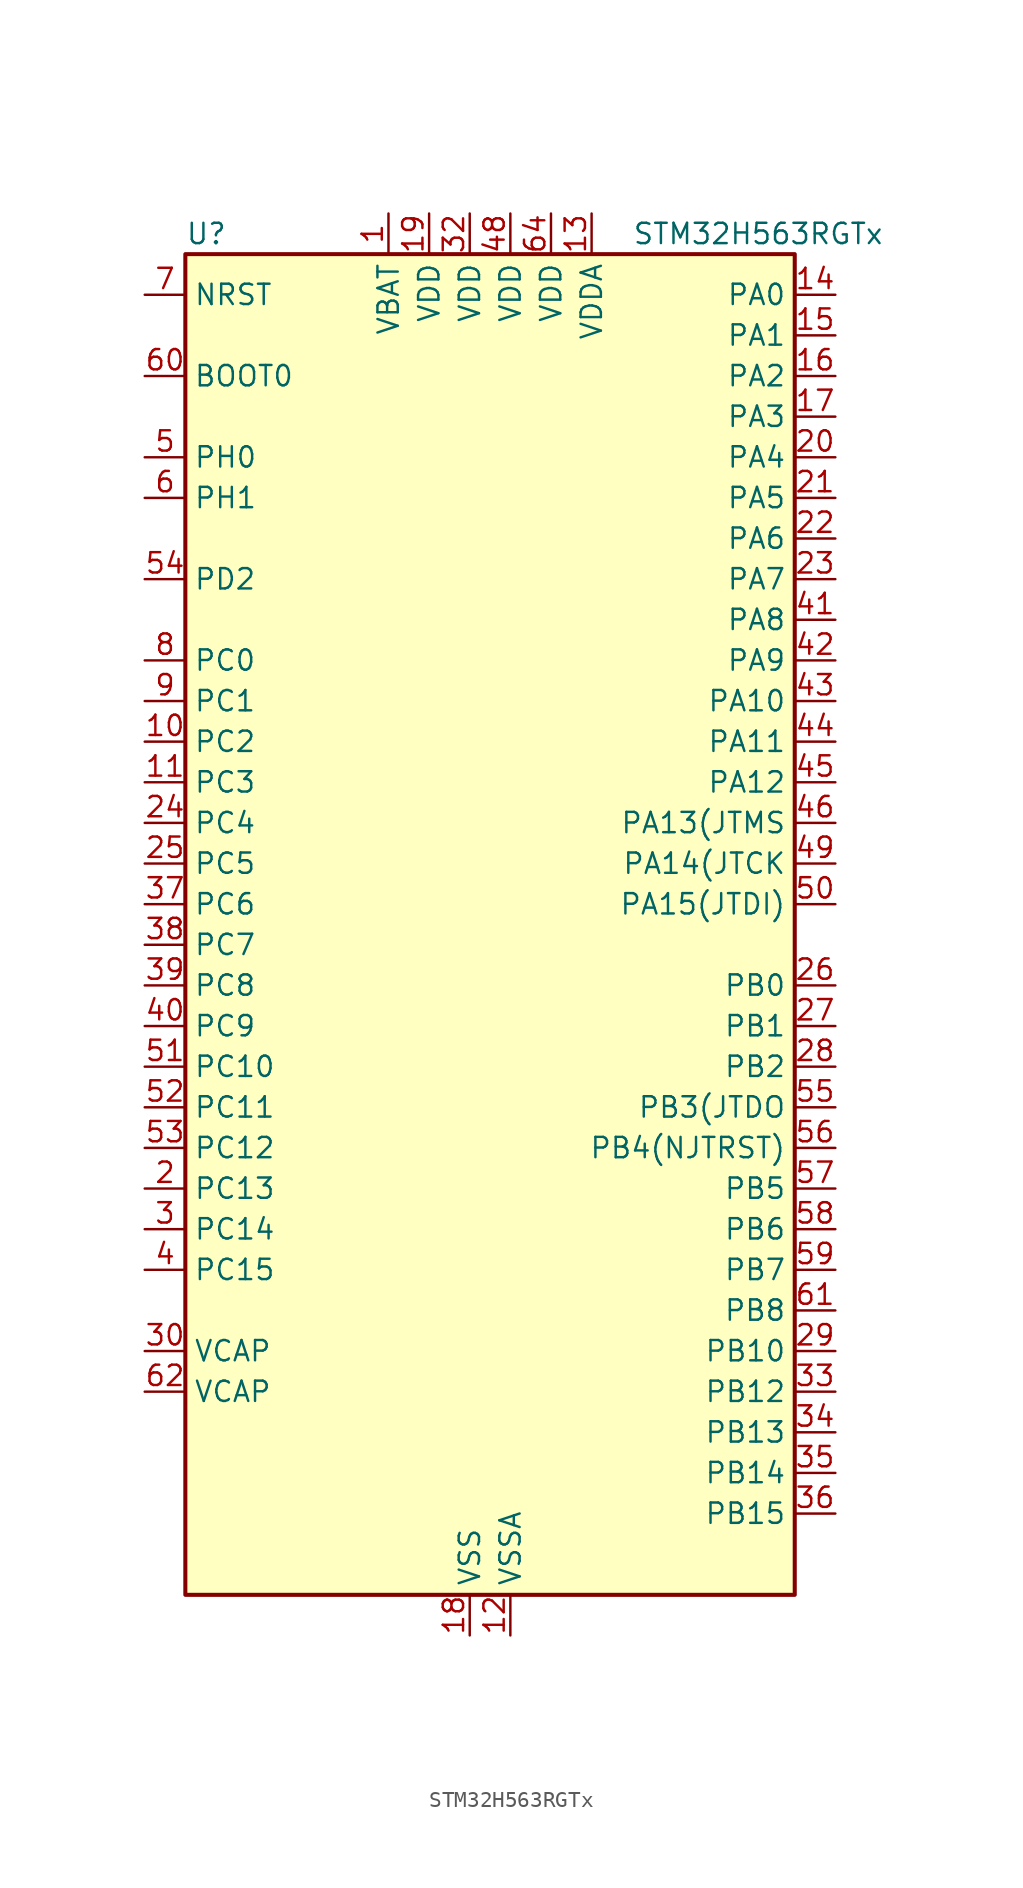
<source format=kicad_sym>
(kicad_symbol_lib
  (version 20231120)
  (generator "kicad-library-utils")
  (generator_version "8.0")
  (symbol "STM32H563RGTx"
    (property "Reference" "U"
      (at -17.78 44.45 0)
      (effects (font (size 1.27 1.27)) (justify left)))
    (property "Value" "STM32H563RGTx"
      (at 10.16 44.45 0)
      (effects (font (size 1.27 1.27)) (justify left)))
    (symbol "STM32H563RGTx_0_1"
      (rectangle (start -17.78 -40.64) (end 20.32 43.18) (stroke (width 0.254) (type default)) (fill (type background))))
    (symbol "STM32H563RGTx_1_1"
      (pin power_in line (at -5.08 45.72 270) (length 2.54) (name "VBAT" (effects (font (size 1.27 1.27)))) (number "1" (effects (font (size 1.27 1.27)))))
      (pin bidirectional line (at -20.32 12.7 0) (length 2.54) (name "PC2" (effects (font (size 1.27 1.27)))) (number "10" (effects (font (size 1.27 1.27)))) (alternate "ADC1_INN11" bidirectional line) (alternate "ADC1_INP12" bidirectional line) (alternate "ADC2_INN11" bidirectional line) (alternate "ADC2_INP12" bidirectional line) (alternate "ETH_TXD2" bidirectional line) (alternate "I2S2_SDI" bidirectional line) (alternate "OCTOSPI1_IO2" bidirectional line) (alternate "OCTOSPI1_IO5" bidirectional line) (alternate "PWR_CSLEEP" bidirectional line) (alternate "SPI2_MISO" bidirectional line) (alternate "TIM17_CH1" bidirectional line) (alternate "TIM4_CH4" bidirectional line))
      (pin bidirectional line (at -20.32 10.16 0) (length 2.54) (name "PC3" (effects (font (size 1.27 1.27)))) (number "11" (effects (font (size 1.27 1.27)))) (alternate "ADC1_INN12" bidirectional line) (alternate "ADC1_INP13" bidirectional line) (alternate "ADC2_INN12" bidirectional line) (alternate "ADC2_INP13" bidirectional line) (alternate "ETH_TX_CLK" bidirectional line) (alternate "I2S2_SDO" bidirectional line) (alternate "LPTIM3_CH1" bidirectional line) (alternate "OCTOSPI1_IO0" bidirectional line) (alternate "OCTOSPI1_IO6" bidirectional line) (alternate "PWR_CSTOP" bidirectional line) (alternate "SAI1_D3" bidirectional line) (alternate "SPI2_MOSI" bidirectional line))
      (pin power_in line (at 2.54 -43.18 90) (length 2.54) (name "VSSA" (effects (font (size 1.27 1.27)))) (number "12" (effects (font (size 1.27 1.27)))))
      (pin power_in line (at 7.62 45.72 270) (length 2.54) (name "VDDA" (effects (font (size 1.27 1.27)))) (number "13" (effects (font (size 1.27 1.27)))))
      (pin bidirectional line (at 22.86 40.64 180) (length 2.54) (name "PA0" (effects (font (size 1.27 1.27)))) (number "14" (effects (font (size 1.27 1.27)))) (alternate "ADC1_INN1" bidirectional line) (alternate "ADC1_INP0" bidirectional line) (alternate "ADC2_INN1" bidirectional line) (alternate "ADC2_INP0" bidirectional line) (alternate "ETH_CRS" bidirectional line) (alternate "PWR_WKUP1" bidirectional line) (alternate "SAI2_SD_B" bidirectional line) (alternate "SPI3_RDY" bidirectional line) (alternate "SPI6_NSS" bidirectional line) (alternate "TAMP_IN2" bidirectional line) (alternate "TAMP_OUT1" bidirectional line) (alternate "TIM15_BKIN" bidirectional line) (alternate "TIM2_CH1" bidirectional line) (alternate "TIM2_ETR" bidirectional line) (alternate "TIM5_CH1" bidirectional line) (alternate "TIM8_ETR" bidirectional line) (alternate "UART4_TX" bidirectional line) (alternate "USART2_CTS" bidirectional line) (alternate "USART2_NSS" bidirectional line))
      (pin bidirectional line (at 22.86 38.1 180) (length 2.54) (name "PA1" (effects (font (size 1.27 1.27)))) (number "15" (effects (font (size 1.27 1.27)))) (alternate "ADC1_INP1" bidirectional line) (alternate "ADC2_INP1" bidirectional line) (alternate "ETH_REF_CLK" bidirectional line) (alternate "ETH_RX_CLK" bidirectional line) (alternate "LPTIM1_IN1" bidirectional line) (alternate "OCTOSPI1_DQS" bidirectional line) (alternate "OCTOSPI1_IO3" bidirectional line) (alternate "SAI2_MCLK_B" bidirectional line) (alternate "TAMP_IN5" bidirectional line) (alternate "TAMP_OUT4" bidirectional line) (alternate "TIM15_CH1N" bidirectional line) (alternate "TIM2_CH2" bidirectional line) (alternate "TIM5_CH2" bidirectional line) (alternate "UART4_RX" bidirectional line) (alternate "USART2_RTS" bidirectional line))
      (pin bidirectional line (at 22.86 35.56 180) (length 2.54) (name "PA2" (effects (font (size 1.27 1.27)))) (number "16" (effects (font (size 1.27 1.27)))) (alternate "ADC1_INP14" bidirectional line) (alternate "ADC2_INP14" bidirectional line) (alternate "ETH_MDIO" bidirectional line) (alternate "LPTIM1_IN2" bidirectional line) (alternate "PWR_WKUP2" bidirectional line) (alternate "SAI2_SCK_B" bidirectional line) (alternate "TAMP_IN4" bidirectional line) (alternate "TAMP_OUT3" bidirectional line) (alternate "TIM15_CH1" bidirectional line) (alternate "TIM2_CH3" bidirectional line) (alternate "TIM5_CH3" bidirectional line) (alternate "USART2_TX" bidirectional line))
      (pin bidirectional line (at 22.86 33.02 180) (length 2.54) (name "PA3" (effects (font (size 1.27 1.27)))) (number "17" (effects (font (size 1.27 1.27)))) (alternate "ADC1_INP15" bidirectional line) (alternate "ADC2_INP15" bidirectional line) (alternate "ETH_COL" bidirectional line) (alternate "I2S2_WS" bidirectional line) (alternate "OCTOSPI1_CLK" bidirectional line) (alternate "SAI1_SD_B" bidirectional line) (alternate "SPI2_NSS" bidirectional line) (alternate "TIM15_CH2" bidirectional line) (alternate "TIM2_CH4" bidirectional line) (alternate "TIM5_CH4" bidirectional line) (alternate "USART2_RX" bidirectional line))
      (pin power_in line (at 0 -43.18 90) (length 2.54) (name "VSS" (effects (font (size 1.27 1.27)))) (number "18" (effects (font (size 1.27 1.27)))))
      (pin power_in line (at -2.54 45.72 270) (length 2.54) (name "VDD" (effects (font (size 1.27 1.27)))) (number "19" (effects (font (size 1.27 1.27)))))
      (pin bidirectional line (at -20.32 -15.24 0) (length 2.54) (name "PC13" (effects (font (size 1.27 1.27)))) (number "2" (effects (font (size 1.27 1.27)))) (alternate "PWR_WKUP4" bidirectional line) (alternate "RTC_OUT1" bidirectional line) (alternate "RTC_TS" bidirectional line) (alternate "TAMP_IN1" bidirectional line) (alternate "TAMP_OUT2" bidirectional line) (alternate "TAMP_OUT3" bidirectional line))
      (pin bidirectional line (at 22.86 30.48 180) (length 2.54) (name "PA4" (effects (font (size 1.27 1.27)))) (number "20" (effects (font (size 1.27 1.27)))) (alternate "ADC1_INP18" bidirectional line) (alternate "ADC2_INP18" bidirectional line) (alternate "DAC1_OUT1" bidirectional line) (alternate "DCMI_HSYNC" bidirectional line) (alternate "I2S1_WS" bidirectional line) (alternate "I2S3_WS" bidirectional line) (alternate "LPTIM2_CH1" bidirectional line) (alternate "PSSI_DE" bidirectional line) (alternate "SPI1_NSS" bidirectional line) (alternate "SPI3_NSS" bidirectional line) (alternate "SPI6_NSS" bidirectional line) (alternate "TIM5_ETR" bidirectional line) (alternate "USART2_CK" bidirectional line))
      (pin bidirectional line (at 22.86 27.94 180) (length 2.54) (name "PA5" (effects (font (size 1.27 1.27)))) (number "21" (effects (font (size 1.27 1.27)))) (alternate "ADC1_INN18" bidirectional line) (alternate "ADC1_INP19" bidirectional line) (alternate "ADC2_INN18" bidirectional line) (alternate "ADC2_INP19" bidirectional line) (alternate "DAC1_OUT2" bidirectional line) (alternate "ETH_TX_EN" bidirectional line) (alternate "I2S1_CK" bidirectional line) (alternate "PSSI_D14" bidirectional line) (alternate "SPI1_SCK" bidirectional line) (alternate "SPI6_SCK" bidirectional line) (alternate "TIM2_CH1" bidirectional line) (alternate "TIM2_ETR" bidirectional line) (alternate "TIM8_CH1N" bidirectional line))
      (pin bidirectional line (at 22.86 25.4 180) (length 2.54) (name "PA6" (effects (font (size 1.27 1.27)))) (number "22" (effects (font (size 1.27 1.27)))) (alternate "ADC1_INP3" bidirectional line) (alternate "ADC2_INP3" bidirectional line) (alternate "DCMI_PIXCLK" bidirectional line) (alternate "I2S1_SDI" bidirectional line) (alternate "OCTOSPI1_IO3" bidirectional line) (alternate "PSSI_PDCK" bidirectional line) (alternate "SPI1_MISO" bidirectional line) (alternate "SPI6_MISO" bidirectional line) (alternate "TIM13_CH1" bidirectional line) (alternate "TIM1_BKIN" bidirectional line) (alternate "TIM3_CH1" bidirectional line) (alternate "TIM8_BKIN" bidirectional line) (alternate "USART11_TX" bidirectional line))
      (pin bidirectional line (at 22.86 22.86 180) (length 2.54) (name "PA7" (effects (font (size 1.27 1.27)))) (number "23" (effects (font (size 1.27 1.27)))) (alternate "ADC1_INN3" bidirectional line) (alternate "ADC1_INP7" bidirectional line) (alternate "ADC2_INN3" bidirectional line) (alternate "ADC2_INP7" bidirectional line) (alternate "ETH_CRS_DV" bidirectional line) (alternate "ETH_RX_DV" bidirectional line) (alternate "I2S1_SDO" bidirectional line) (alternate "OCTOSPI1_IO2" bidirectional line) (alternate "SPI1_MOSI" bidirectional line) (alternate "SPI6_MOSI" bidirectional line) (alternate "TIM14_CH1" bidirectional line) (alternate "TIM1_CH1N" bidirectional line) (alternate "TIM3_CH2" bidirectional line) (alternate "TIM8_CH1N" bidirectional line) (alternate "USART11_RX" bidirectional line))
      (pin bidirectional line (at -20.32 7.62 0) (length 2.54) (name "PC4" (effects (font (size 1.27 1.27)))) (number "24" (effects (font (size 1.27 1.27)))) (alternate "ADC1_INP4" bidirectional line) (alternate "ADC2_INP4" bidirectional line) (alternate "ETH_RXD0" bidirectional line) (alternate "I2S1_MCK" bidirectional line) (alternate "LPTIM2_ETR" bidirectional line) (alternate "SAI1_CK1" bidirectional line) (alternate "TIM2_CH4" bidirectional line) (alternate "USART3_RX" bidirectional line))
      (pin bidirectional line (at -20.32 5.08 0) (length 2.54) (name "PC5" (effects (font (size 1.27 1.27)))) (number "25" (effects (font (size 1.27 1.27)))) (alternate "ADC1_INN4" bidirectional line) (alternate "ADC1_INP8" bidirectional line) (alternate "ADC2_INN4" bidirectional line) (alternate "ADC2_INP8" bidirectional line) (alternate "ETH_RXD1" bidirectional line) (alternate "OCTOSPI1_DQS" bidirectional line) (alternate "PSSI_D15" bidirectional line) (alternate "SAI1_D3" bidirectional line) (alternate "SAI1_FS_A" bidirectional line) (alternate "TIM1_CH4N" bidirectional line))
      (pin bidirectional line (at 22.86 -2.54 180) (length 2.54) (name "PB0" (effects (font (size 1.27 1.27)))) (number "26" (effects (font (size 1.27 1.27)))) (alternate "ADC1_INN5" bidirectional line) (alternate "ADC1_INP9" bidirectional line) (alternate "ADC2_INN5" bidirectional line) (alternate "ADC2_INP9" bidirectional line) (alternate "ETH_RXD2" bidirectional line) (alternate "LPTIM3_CH1" bidirectional line) (alternate "OCTOSPI1_IO1" bidirectional line) (alternate "TIM1_CH2N" bidirectional line) (alternate "TIM3_CH3" bidirectional line) (alternate "TIM8_CH2N" bidirectional line) (alternate "UART4_CTS" bidirectional line) (alternate "USART11_CK" bidirectional line))
      (pin bidirectional line (at 22.86 -5.08 180) (length 2.54) (name "PB1" (effects (font (size 1.27 1.27)))) (number "27" (effects (font (size 1.27 1.27)))) (alternate "ADC1_INP5" bidirectional line) (alternate "ADC2_INP5" bidirectional line) (alternate "ETH_RXD3" bidirectional line) (alternate "LPTIM3_CH2" bidirectional line) (alternate "OCTOSPI1_IO0" bidirectional line) (alternate "TIM1_CH3N" bidirectional line) (alternate "TIM3_CH4" bidirectional line) (alternate "TIM8_CH3N" bidirectional line))
      (pin bidirectional line (at 22.86 -7.62 180) (length 2.54) (name "PB2" (effects (font (size 1.27 1.27)))) (number "28" (effects (font (size 1.27 1.27)))) (alternate "I2S3_SDO" bidirectional line) (alternate "LPTIM1_CH1" bidirectional line) (alternate "LPTIM5_ETR" bidirectional line) (alternate "OCTOSPI1_CLK" bidirectional line) (alternate "OCTOSPI1_DQS" bidirectional line) (alternate "RCC_LSCO" bidirectional line) (alternate "RTC_OUT2" bidirectional line) (alternate "SAI1_D1" bidirectional line) (alternate "SAI1_SD_A" bidirectional line) (alternate "SDMMC1_CMD" bidirectional line) (alternate "SPI1_RDY" bidirectional line) (alternate "SPI3_MOSI" bidirectional line) (alternate "TIM8_CH4N" bidirectional line))
      (pin bidirectional line (at 22.86 -25.4 180) (length 2.54) (name "PB10" (effects (font (size 1.27 1.27)))) (number "29" (effects (font (size 1.27 1.27)))) (alternate "ETH_RX_ER" bidirectional line) (alternate "I2C2_SCL" bidirectional line) (alternate "I2S2_CK" bidirectional line) (alternate "LPTIM2_IN1" bidirectional line) (alternate "LPTIM3_CH1" bidirectional line) (alternate "OCTOSPI1_NCS" bidirectional line) (alternate "SPI2_SCK" bidirectional line) (alternate "TIM2_CH3" bidirectional line) (alternate "USART3_TX" bidirectional line))
      (pin bidirectional line (at -20.32 -17.78 0) (length 2.54) (name "PC14" (effects (font (size 1.27 1.27)))) (number "3" (effects (font (size 1.27 1.27)))) (alternate "RCC_OSC32_IN" bidirectional line))
      (pin power_out line (at -20.32 -25.4 0) (length 2.54) (name "VCAP" (effects (font (size 1.27 1.27)))) (number "30" (effects (font (size 1.27 1.27)))))
      (pin passive line (at 0 -43.18 90) (length 2.54) hide (name "VSS" (effects (font (size 1.27 1.27)))) (number "31" (effects (font (size 1.27 1.27)))))
      (pin power_in line (at 0 45.72 270) (length 2.54) (name "VDD" (effects (font (size 1.27 1.27)))) (number "32" (effects (font (size 1.27 1.27)))))
      (pin bidirectional line (at 22.86 -27.94 180) (length 2.54) (name "PB12" (effects (font (size 1.27 1.27)))) (number "33" (effects (font (size 1.27 1.27)))) (alternate "ETH_TXD0" bidirectional line) (alternate "FDCAN2_RX" bidirectional line) (alternate "I2C2_SDA" bidirectional line) (alternate "I2S2_WS" bidirectional line) (alternate "OCTOSPI1_NCLK" bidirectional line) (alternate "SPI2_NSS" bidirectional line) (alternate "TIM1_BKIN" bidirectional line) (alternate "UART5_RX" bidirectional line) (alternate "UCPD1_FRSTX" bidirectional line) (alternate "USART3_CK" bidirectional line))
      (pin bidirectional line (at 22.86 -30.48 180) (length 2.54) (name "PB13" (effects (font (size 1.27 1.27)))) (number "34" (effects (font (size 1.27 1.27)))) (alternate "FDCAN2_TX" bidirectional line) (alternate "I2C2_SMBA" bidirectional line) (alternate "I2S2_CK" bidirectional line) (alternate "LPTIM2_CH1" bidirectional line) (alternate "LPTIM3_IN1" bidirectional line) (alternate "SDMMC1_D0" bidirectional line) (alternate "SPI2_SCK" bidirectional line) (alternate "TIM1_CH1N" bidirectional line) (alternate "UART5_TX" bidirectional line) (alternate "UCPD1_CC1" bidirectional line) (alternate "USART3_CTS" bidirectional line) (alternate "USART3_NSS" bidirectional line))
      (pin bidirectional line (at 22.86 -33.02 180) (length 2.54) (name "PB14" (effects (font (size 1.27 1.27)))) (number "35" (effects (font (size 1.27 1.27)))) (alternate "I2S2_SDI" bidirectional line) (alternate "LPTIM3_ETR" bidirectional line) (alternate "SPI2_MISO" bidirectional line) (alternate "TIM12_CH1" bidirectional line) (alternate "TIM1_CH2N" bidirectional line) (alternate "TIM8_CH2N" bidirectional line) (alternate "UART4_DE" bidirectional line) (alternate "UART4_RTS" bidirectional line) (alternate "UCPD1_CC2" bidirectional line) (alternate "USART1_TX" bidirectional line) (alternate "USART3_RTS" bidirectional line))
      (pin bidirectional line (at 22.86 -35.56 180) (length 2.54) (name "PB15" (effects (font (size 1.27 1.27)))) (number "36" (effects (font (size 1.27 1.27)))) (alternate "ADC1_EXTI15" bidirectional line) (alternate "ADC2_EXTI15" bidirectional line) (alternate "DCMI_D2" bidirectional line) (alternate "ETH_TXD1" bidirectional line) (alternate "I2S2_SDO" bidirectional line) (alternate "OCTOSPI1_CLK" bidirectional line) (alternate "PSSI_D2" bidirectional line) (alternate "PWR_PVD_IN" bidirectional line) (alternate "RTC_REFIN" bidirectional line) (alternate "SPI2_MOSI" bidirectional line) (alternate "TIM12_CH2" bidirectional line) (alternate "TIM1_CH3N" bidirectional line) (alternate "TIM8_CH3N" bidirectional line) (alternate "UART4_CTS" bidirectional line) (alternate "UART5_RX" bidirectional line) (alternate "USART11_CTS" bidirectional line) (alternate "USART11_NSS" bidirectional line) (alternate "USART1_RX" bidirectional line))
      (pin bidirectional line (at -20.32 2.54 0) (length 2.54) (name "PC6" (effects (font (size 1.27 1.27)))) (number "37" (effects (font (size 1.27 1.27)))) (alternate "DCMI_D0" bidirectional line) (alternate "I2S2_MCK" bidirectional line) (alternate "OCTOSPI1_IO5" bidirectional line) (alternate "PSSI_D0" bidirectional line) (alternate "SAI1_SCK_A" bidirectional line) (alternate "SDMMC1_D0DIR" bidirectional line) (alternate "SDMMC1_D6" bidirectional line) (alternate "TIM3_CH1" bidirectional line) (alternate "TIM8_CH1" bidirectional line) (alternate "USART6_TX" bidirectional line))
      (pin bidirectional line (at -20.32 0 0) (length 2.54) (name "PC7" (effects (font (size 1.27 1.27)))) (number "38" (effects (font (size 1.27 1.27)))) (alternate "DCMI_D1" bidirectional line) (alternate "DEBUG_TRGIO" bidirectional line) (alternate "I2S3_MCK" bidirectional line) (alternate "OCTOSPI1_IO6" bidirectional line) (alternate "PSSI_D1" bidirectional line) (alternate "SDMMC1_D123DIR" bidirectional line) (alternate "SDMMC1_D7" bidirectional line) (alternate "TIM3_CH2" bidirectional line) (alternate "TIM8_CH2" bidirectional line) (alternate "USART6_RX" bidirectional line))
      (pin bidirectional line (at -20.32 -2.54 0) (length 2.54) (name "PC8" (effects (font (size 1.27 1.27)))) (number "39" (effects (font (size 1.27 1.27)))) (alternate "DCMI_D2" bidirectional line) (alternate "DEBUG_TRACED1" bidirectional line) (alternate "PSSI_D2" bidirectional line) (alternate "SDMMC1_D0" bidirectional line) (alternate "TIM3_CH3" bidirectional line) (alternate "TIM8_CH3" bidirectional line) (alternate "UART5_DE" bidirectional line) (alternate "UART5_RTS" bidirectional line) (alternate "USART6_CK" bidirectional line))
      (pin bidirectional line (at -20.32 -20.32 0) (length 2.54) (name "PC15" (effects (font (size 1.27 1.27)))) (number "4" (effects (font (size 1.27 1.27)))) (alternate "ADC1_EXTI15" bidirectional line) (alternate "ADC2_EXTI15" bidirectional line) (alternate "RCC_OSC32_OUT" bidirectional line))
      (pin bidirectional line (at -20.32 -5.08 0) (length 2.54) (name "PC9" (effects (font (size 1.27 1.27)))) (number "40" (effects (font (size 1.27 1.27)))) (alternate "AUDIOCLK" bidirectional line) (alternate "DAC1_EXTI9" bidirectional line) (alternate "DCMI_D3" bidirectional line) (alternate "I2C3_SDA" bidirectional line) (alternate "OCTOSPI1_IO0" bidirectional line) (alternate "PSSI_D3" bidirectional line) (alternate "RCC_MCO_2" bidirectional line) (alternate "SDMMC1_D1" bidirectional line) (alternate "TIM3_CH4" bidirectional line) (alternate "TIM8_CH4" bidirectional line) (alternate "UART5_CTS" bidirectional line) (alternate "UCPD1_DB2" bidirectional line))
      (pin bidirectional line (at 22.86 20.32 180) (length 2.54) (name "PA8" (effects (font (size 1.27 1.27)))) (number "41" (effects (font (size 1.27 1.27)))) (alternate "DCMI_D3" bidirectional line) (alternate "I2C3_SCL" bidirectional line) (alternate "PSSI_D3" bidirectional line) (alternate "RCC_MCO_1" bidirectional line) (alternate "SPI1_RDY" bidirectional line) (alternate "TIM1_CH1" bidirectional line) (alternate "TIM8_BKIN2" bidirectional line) (alternate "UART7_RX" bidirectional line) (alternate "USART1_CK" bidirectional line) (alternate "USB_SOF" bidirectional line))
      (pin bidirectional line (at 22.86 17.78 180) (length 2.54) (name "PA9" (effects (font (size 1.27 1.27)))) (number "42" (effects (font (size 1.27 1.27)))) (alternate "DAC1_EXTI9" bidirectional line) (alternate "DCMI_D0" bidirectional line) (alternate "ETH_TX_ER" bidirectional line) (alternate "I2C3_SMBA" bidirectional line) (alternate "I2S2_CK" bidirectional line) (alternate "LPUART1_TX" bidirectional line) (alternate "PSSI_D0" bidirectional line) (alternate "SPI2_SCK" bidirectional line) (alternate "TIM1_CH2" bidirectional line) (alternate "UCPD1_DB1" bidirectional line) (alternate "USART1_TX" bidirectional line))
      (pin bidirectional line (at 22.86 15.24 180) (length 2.54) (name "PA10" (effects (font (size 1.27 1.27)))) (number "43" (effects (font (size 1.27 1.27)))) (alternate "DCMI_D1" bidirectional line) (alternate "FDCAN2_TX" bidirectional line) (alternate "LPTIM2_IN2" bidirectional line) (alternate "LPUART1_RX" bidirectional line) (alternate "PSSI_D1" bidirectional line) (alternate "SDMMC1_D0" bidirectional line) (alternate "TIM1_CH3" bidirectional line) (alternate "UCPD1_FRSTX" bidirectional line) (alternate "USART1_RX" bidirectional line))
      (pin bidirectional line (at 22.86 12.7 180) (length 2.54) (name "PA11" (effects (font (size 1.27 1.27)))) (number "44" (effects (font (size 1.27 1.27)))) (alternate "ADC1_EXTI11" bidirectional line) (alternate "ADC2_EXTI11" bidirectional line) (alternate "FDCAN1_RX" bidirectional line) (alternate "I2S2_WS" bidirectional line) (alternate "LPUART1_CTS" bidirectional line) (alternate "SPI2_NSS" bidirectional line) (alternate "TIM1_CH4" bidirectional line) (alternate "UART4_RX" bidirectional line) (alternate "USART1_CTS" bidirectional line) (alternate "USART1_NSS" bidirectional line) (alternate "USB_DM" bidirectional line))
      (pin bidirectional line (at 22.86 10.16 180) (length 2.54) (name "PA12" (effects (font (size 1.27 1.27)))) (number "45" (effects (font (size 1.27 1.27)))) (alternate "FDCAN1_TX" bidirectional line) (alternate "I2S2_CK" bidirectional line) (alternate "LPUART1_RTS" bidirectional line) (alternate "SAI2_FS_B" bidirectional line) (alternate "SPI2_SCK" bidirectional line) (alternate "TIM1_ETR" bidirectional line) (alternate "UART4_TX" bidirectional line) (alternate "USART1_RTS" bidirectional line) (alternate "USB_DP" bidirectional line))
      (pin bidirectional line (at 22.86 7.62 180) (length 2.54) (name "PA13(JTMS" (effects (font (size 1.27 1.27)))) (number "46" (effects (font (size 1.27 1.27)))) (alternate "DEBUG_JTMS-SWDIO" bidirectional line))
      (pin passive line (at 0 -43.18 90) (length 2.54) hide (name "VSS" (effects (font (size 1.27 1.27)))) (number "47" (effects (font (size 1.27 1.27)))))
      (pin power_in line (at 2.54 45.72 270) (length 2.54) (name "VDD" (effects (font (size 1.27 1.27)))) (number "48" (effects (font (size 1.27 1.27)))))
      (pin bidirectional line (at 22.86 5.08 180) (length 2.54) (name "PA14(JTCK" (effects (font (size 1.27 1.27)))) (number "49" (effects (font (size 1.27 1.27)))) (alternate "DEBUG_JTCK-SWCLK" bidirectional line))
      (pin bidirectional line (at -20.32 30.48 0) (length 2.54) (name "PH0" (effects (font (size 1.27 1.27)))) (number "5" (effects (font (size 1.27 1.27)))) (alternate "RCC_OSC_IN" bidirectional line))
      (pin bidirectional line (at 22.86 2.54 180) (length 2.54) (name "PA15(JTDI)" (effects (font (size 1.27 1.27)))) (number "50" (effects (font (size 1.27 1.27)))) (alternate "ADC1_EXTI15" bidirectional line) (alternate "ADC2_EXTI15" bidirectional line) (alternate "CEC" bidirectional line) (alternate "DCMI_D11" bidirectional line) (alternate "DEBUG_JTDI" bidirectional line) (alternate "I2S1_WS" bidirectional line) (alternate "I2S3_WS" bidirectional line) (alternate "LPTIM3_IN2" bidirectional line) (alternate "PSSI_D11" bidirectional line) (alternate "SPI1_NSS" bidirectional line) (alternate "SPI3_NSS" bidirectional line) (alternate "SPI6_NSS" bidirectional line) (alternate "TIM2_CH1" bidirectional line) (alternate "TIM2_ETR" bidirectional line) (alternate "UART4_DE" bidirectional line) (alternate "UART4_RTS" bidirectional line) (alternate "UART7_TX" bidirectional line))
      (pin bidirectional line (at -20.32 -7.62 0) (length 2.54) (name "PC10" (effects (font (size 1.27 1.27)))) (number "51" (effects (font (size 1.27 1.27)))) (alternate "DCMI_D8" bidirectional line) (alternate "ETH_TXD0" bidirectional line) (alternate "I2S3_CK" bidirectional line) (alternate "LPTIM3_ETR" bidirectional line) (alternate "OCTOSPI1_IO1" bidirectional line) (alternate "PSSI_D8" bidirectional line) (alternate "SDMMC1_D2" bidirectional line) (alternate "SPI3_SCK" bidirectional line) (alternate "UART4_TX" bidirectional line) (alternate "USART3_TX" bidirectional line))
      (pin bidirectional line (at -20.32 -10.16 0) (length 2.54) (name "PC11" (effects (font (size 1.27 1.27)))) (number "52" (effects (font (size 1.27 1.27)))) (alternate "ADC1_EXTI11" bidirectional line) (alternate "ADC2_EXTI11" bidirectional line) (alternate "DCMI_D4" bidirectional line) (alternate "I2S3_SDI" bidirectional line) (alternate "LPTIM3_IN1" bidirectional line) (alternate "OCTOSPI1_NCS" bidirectional line) (alternate "PSSI_D4" bidirectional line) (alternate "SDMMC1_D3" bidirectional line) (alternate "SPI3_MISO" bidirectional line) (alternate "UART4_RX" bidirectional line) (alternate "USART3_RX" bidirectional line))
      (pin bidirectional line (at -20.32 -12.7 0) (length 2.54) (name "PC12" (effects (font (size 1.27 1.27)))) (number "53" (effects (font (size 1.27 1.27)))) (alternate "DCMI_D9" bidirectional line) (alternate "DEBUG_TRACED3" bidirectional line) (alternate "I2S3_SDO" bidirectional line) (alternate "PSSI_D9" bidirectional line) (alternate "SDMMC1_CK" bidirectional line) (alternate "SPI3_MOSI" bidirectional line) (alternate "SPI6_SCK" bidirectional line) (alternate "TIM15_CH1" bidirectional line) (alternate "UART5_TX" bidirectional line) (alternate "USART3_CK" bidirectional line))
      (pin bidirectional line (at -20.32 22.86 0) (length 2.54) (name "PD2" (effects (font (size 1.27 1.27)))) (number "54" (effects (font (size 1.27 1.27)))) (alternate "DCMI_D11" bidirectional line) (alternate "DEBUG_TRACED2" bidirectional line) (alternate "LPTIM4_ETR" bidirectional line) (alternate "PSSI_D11" bidirectional line) (alternate "PWR_WKUP7" bidirectional line) (alternate "SDMMC1_CMD" bidirectional line) (alternate "TIM15_BKIN" bidirectional line) (alternate "TIM3_ETR" bidirectional line) (alternate "UART5_RX" bidirectional line))
      (pin bidirectional line (at 22.86 -10.16 180) (length 2.54) (name "PB3(JTDO" (effects (font (size 1.27 1.27)))) (number "55" (effects (font (size 1.27 1.27)))) (alternate "CRS_SYNC" bidirectional line) (alternate "DEBUG_JTDO-SWO" bidirectional line) (alternate "I2C2_SDA" bidirectional line) (alternate "I2S1_CK" bidirectional line) (alternate "I2S3_CK" bidirectional line) (alternate "LPTIM6_ETR" bidirectional line) (alternate "SPI1_SCK" bidirectional line) (alternate "SPI3_SCK" bidirectional line) (alternate "SPI6_SCK" bidirectional line) (alternate "TIM2_CH2" bidirectional line) (alternate "UART7_RX" bidirectional line))
      (pin bidirectional line (at 22.86 -12.7 180) (length 2.54) (name "PB4(NJTRST)" (effects (font (size 1.27 1.27)))) (number "56" (effects (font (size 1.27 1.27)))) (alternate "DCMI_D7" bidirectional line) (alternate "DEBUG_JTRST" bidirectional line) (alternate "I2S1_SDI" bidirectional line) (alternate "I2S2_WS" bidirectional line) (alternate "I2S3_SDI" bidirectional line) (alternate "LPTIM1_CH2" bidirectional line) (alternate "OCTOSPI1_CLK" bidirectional line) (alternate "PSSI_D7" bidirectional line) (alternate "SPI1_MISO" bidirectional line) (alternate "SPI2_NSS" bidirectional line) (alternate "SPI3_MISO" bidirectional line) (alternate "SPI6_MISO" bidirectional line) (alternate "TIM16_BKIN" bidirectional line) (alternate "TIM3_CH1" bidirectional line) (alternate "UART7_TX" bidirectional line))
      (pin bidirectional line (at 22.86 -15.24 180) (length 2.54) (name "PB5" (effects (font (size 1.27 1.27)))) (number "57" (effects (font (size 1.27 1.27)))) (alternate "DCMI_D10" bidirectional line) (alternate "ETH_PPS_OUT" bidirectional line) (alternate "FDCAN2_RX" bidirectional line) (alternate "I2C1_SMBA" bidirectional line) (alternate "I2C4_SMBA" bidirectional line) (alternate "I2S1_SDO" bidirectional line) (alternate "I2S3_SDO" bidirectional line) (alternate "OCTOSPI1_NCLK" bidirectional line) (alternate "PSSI_D10" bidirectional line) (alternate "SPI1_MOSI" bidirectional line) (alternate "SPI3_MOSI" bidirectional line) (alternate "SPI6_MOSI" bidirectional line) (alternate "TIM17_BKIN" bidirectional line) (alternate "TIM3_CH2" bidirectional line) (alternate "UART5_RX" bidirectional line))
      (pin bidirectional line (at 22.86 -17.78 180) (length 2.54) (name "PB6" (effects (font (size 1.27 1.27)))) (number "58" (effects (font (size 1.27 1.27)))) (alternate "CEC" bidirectional line) (alternate "DCMI_D5" bidirectional line) (alternate "FDCAN2_TX" bidirectional line) (alternate "I2C1_SCL" bidirectional line) (alternate "I2C4_SCL" bidirectional line) (alternate "I3C1_SCL" bidirectional line) (alternate "LPUART1_TX" bidirectional line) (alternate "OCTOSPI1_NCS" bidirectional line) (alternate "PSSI_D5" bidirectional line) (alternate "TIM16_CH1N" bidirectional line) (alternate "TIM4_CH1" bidirectional line) (alternate "UART5_TX" bidirectional line) (alternate "USART1_TX" bidirectional line))
      (pin bidirectional line (at 22.86 -20.32 180) (length 2.54) (name "PB7" (effects (font (size 1.27 1.27)))) (number "59" (effects (font (size 1.27 1.27)))) (alternate "DCMI_VSYNC" bidirectional line) (alternate "FDCAN1_TX" bidirectional line) (alternate "I2C1_SDA" bidirectional line) (alternate "I2C4_SDA" bidirectional line) (alternate "I3C1_SDA" bidirectional line) (alternate "LPUART1_RX" bidirectional line) (alternate "PSSI_RDY" bidirectional line) (alternate "PWR_WKUP5" bidirectional line) (alternate "TIM17_CH1N" bidirectional line) (alternate "TIM4_CH2" bidirectional line) (alternate "USART1_RX" bidirectional line))
      (pin bidirectional line (at -20.32 27.94 0) (length 2.54) (name "PH1" (effects (font (size 1.27 1.27)))) (number "6" (effects (font (size 1.27 1.27)))) (alternate "RCC_OSC_OUT" bidirectional line))
      (pin input line (at -20.32 35.56 0) (length 2.54) (name "BOOT0" (effects (font (size 1.27 1.27)))) (number "60" (effects (font (size 1.27 1.27)))))
      (pin bidirectional line (at 22.86 -22.86 180) (length 2.54) (name "PB8" (effects (font (size 1.27 1.27)))) (number "61" (effects (font (size 1.27 1.27)))) (alternate "DCMI_D6" bidirectional line) (alternate "ETH_TXD3" bidirectional line) (alternate "FDCAN1_RX" bidirectional line) (alternate "I2C1_SCL" bidirectional line) (alternate "I2C4_SCL" bidirectional line) (alternate "I3C1_SCL" bidirectional line) (alternate "PSSI_D6" bidirectional line) (alternate "SDMMC1_CKIN" bidirectional line) (alternate "SDMMC1_D4" bidirectional line) (alternate "TIM16_CH1" bidirectional line) (alternate "TIM4_CH3" bidirectional line) (alternate "UART4_RX" bidirectional line))
      (pin power_out line (at -20.32 -27.94 0) (length 2.54) (name "VCAP" (effects (font (size 1.27 1.27)))) (number "62" (effects (font (size 1.27 1.27)))))
      (pin passive line (at 0 -43.18 90) (length 2.54) hide (name "VSS" (effects (font (size 1.27 1.27)))) (number "63" (effects (font (size 1.27 1.27)))))
      (pin power_in line (at 5.08 45.72 270) (length 2.54) (name "VDD" (effects (font (size 1.27 1.27)))) (number "64" (effects (font (size 1.27 1.27)))))
      (pin input line (at -20.32 40.64 0) (length 2.54) (name "NRST" (effects (font (size 1.27 1.27)))) (number "7" (effects (font (size 1.27 1.27)))))
      (pin bidirectional line (at -20.32 17.78 0) (length 2.54) (name "PC0" (effects (font (size 1.27 1.27)))) (number "8" (effects (font (size 1.27 1.27)))) (alternate "ADC1_INP10" bidirectional line) (alternate "ADC2_INP10" bidirectional line) (alternate "OCTOSPI1_IO7" bidirectional line) (alternate "SAI1_MCLK_A" bidirectional line) (alternate "SAI2_FS_B" bidirectional line) (alternate "SPI2_RDY" bidirectional line) (alternate "TIM16_BKIN" bidirectional line))
      (pin bidirectional line (at -20.32 15.24 0) (length 2.54) (name "PC1" (effects (font (size 1.27 1.27)))) (number "9" (effects (font (size 1.27 1.27)))) (alternate "ADC1_INN10" bidirectional line) (alternate "ADC1_INP11" bidirectional line) (alternate "ADC2_INN10" bidirectional line) (alternate "ADC2_INP11" bidirectional line) (alternate "DEBUG_TRACED0" bidirectional line) (alternate "ETH_MDC" bidirectional line) (alternate "I2S2_SDO" bidirectional line) (alternate "OCTOSPI1_IO4" bidirectional line) (alternate "PWR_WKUP6" bidirectional line) (alternate "SAI1_D1" bidirectional line) (alternate "SAI1_SD_A" bidirectional line) (alternate "SAI2_SD_A" bidirectional line) (alternate "SPI2_MOSI" bidirectional line) (alternate "TAMP_IN3" bidirectional line) (alternate "TAMP_OUT5" bidirectional line) (alternate "USART11_RTS" bidirectional line)))))
</source>
